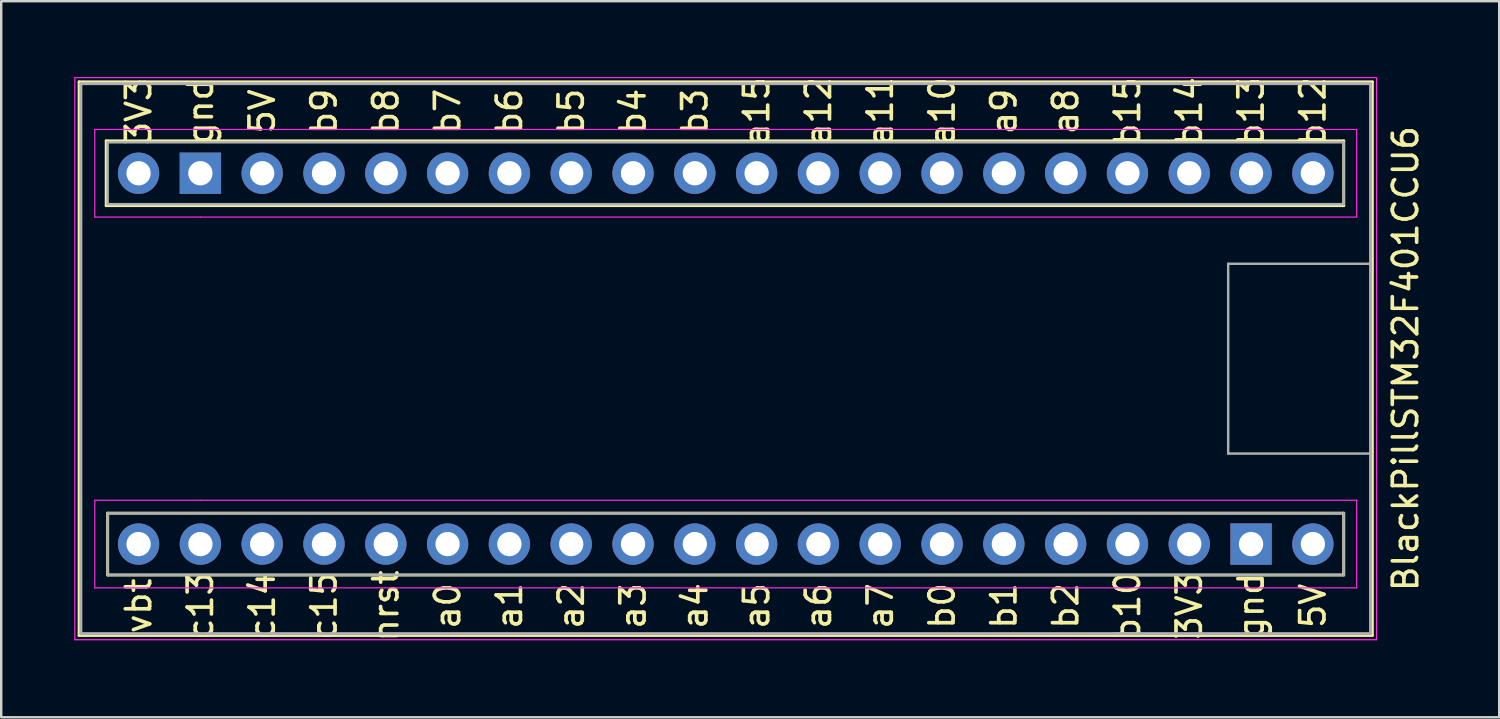
<source format=kicad_pcb>
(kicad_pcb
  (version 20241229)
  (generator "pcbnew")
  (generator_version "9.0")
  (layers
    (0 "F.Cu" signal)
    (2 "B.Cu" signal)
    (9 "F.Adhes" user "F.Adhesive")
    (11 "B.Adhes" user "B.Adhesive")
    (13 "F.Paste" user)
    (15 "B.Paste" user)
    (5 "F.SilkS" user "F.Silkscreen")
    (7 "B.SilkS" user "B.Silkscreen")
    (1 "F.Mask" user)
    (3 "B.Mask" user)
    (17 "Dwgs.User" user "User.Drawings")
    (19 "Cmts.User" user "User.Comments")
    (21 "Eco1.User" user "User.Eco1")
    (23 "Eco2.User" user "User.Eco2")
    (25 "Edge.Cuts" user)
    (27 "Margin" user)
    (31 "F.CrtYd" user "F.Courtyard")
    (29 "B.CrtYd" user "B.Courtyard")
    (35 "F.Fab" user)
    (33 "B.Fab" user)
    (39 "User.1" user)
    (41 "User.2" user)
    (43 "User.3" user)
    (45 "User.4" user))
  (footprint "BlackPillSTM32F401CCU6"
    (layer "F.Cu")
    (at 26.775 11.69)
    (property "Reference" "BlackPillSTM32F401CCU6" (at 27.94 0 270) (layer "F.SilkS") (effects (font (size 1 1) (thickness 0.15))))
    (attr through_hole)
    (fp_line (start -26.575 -11.375) (end 26.575 -11.375) (stroke (width 0.12) (type solid)) (layer "F.SilkS"))
    (fp_line (start -26.575 11.375) (end -26.575 -11.375) (stroke (width 0.12) (type solid)) (layer "F.SilkS"))
    (fp_line (start -25.46 -8.95) (end 25.4 -8.95) (stroke (width 0.12) (type solid)) (layer "F.SilkS"))
    (fp_line (start -25.46 -6.29) (end -25.46 -8.95) (stroke (width 0.12) (type solid)) (layer "F.SilkS"))
    (fp_line (start -25.4 6.35) (end 25.4 6.35) (stroke (width 0.12) (type solid)) (layer "F.SilkS"))
    (fp_line (start -25.4 8.89) (end -25.4 6.35) (stroke (width 0.12) (type solid)) (layer "F.SilkS"))
    (fp_line (start 25.4 -8.95) (end 25.4 -6.29) (stroke (width 0.12) (type solid)) (layer "F.SilkS"))
    (fp_line (start 25.4 -6.29) (end -25.46 -6.29) (stroke (width 0.12) (type solid)) (layer "F.SilkS"))
    (fp_line (start 25.4 6.35) (end 25.4 8.89) (stroke (width 0.12) (type solid)) (layer "F.SilkS"))
    (fp_line (start 25.4 8.89) (end -25.4 8.89) (stroke (width 0.12) (type solid)) (layer "F.SilkS"))
    (fp_line (start 26.575 -11.375) (end 26.575 11.375) (stroke (width 0.12) (type solid)) (layer "F.SilkS"))
    (fp_line (start 26.575 11.375) (end -26.575 11.375) (stroke (width 0.12) (type solid)) (layer "F.SilkS"))
    (fp_line (start -26.75 -11.55) (end 26.75 -11.55) (stroke (width 0.05) (type solid)) (layer "F.CrtYd"))
    (fp_line (start -26.75 11.55) (end -26.75 -11.55) (stroke (width 0.05) (type solid)) (layer "F.CrtYd"))
    (fp_line (start -25.93 -9.42) (end -25.93 -5.82) (stroke (width 0.05) (type solid)) (layer "F.CrtYd"))
    (fp_line (start -25.93 9.42) (end -25.93 5.82) (stroke (width 0.05) (type solid)) (layer "F.CrtYd"))
    (fp_line (start -21.59 -5.82) (end -25.93 -5.82) (stroke (width 0.05) (type solid)) (layer "F.CrtYd"))
    (fp_line (start -21.59 5.82) (end -25.93 5.82) (stroke (width 0.05) (type solid)) (layer "F.CrtYd"))
    (fp_line (start 25.93 -9.42) (end -25.93 -9.42) (stroke (width 0.05) (type solid)) (layer "F.CrtYd"))
    (fp_line (start 25.93 -5.82) (end -21.59 -5.82) (stroke (width 0.05) (type solid)) (layer "F.CrtYd"))
    (fp_line (start 25.93 -5.82) (end 25.93 -9.42) (stroke (width 0.05) (type solid)) (layer "F.CrtYd"))
    (fp_line (start 25.93 5.82) (end -21.59 5.82) (stroke (width 0.05) (type solid)) (layer "F.CrtYd"))
    (fp_line (start 25.93 5.82) (end 25.93 9.42) (stroke (width 0.05) (type solid)) (layer "F.CrtYd"))
    (fp_line (start 25.93 9.42) (end -25.93 9.42) (stroke (width 0.05) (type solid)) (layer "F.CrtYd"))
    (fp_line (start 26.75 -11.55) (end 26.75 11.55) (stroke (width 0.05) (type solid)) (layer "F.CrtYd"))
    (fp_line (start 26.75 11.55) (end -26.75 11.55) (stroke (width 0.05) (type solid)) (layer "F.CrtYd"))
    (fp_line (start -26.5 -11.3) (end -26.5 11.3) (stroke (width 0.12) (type solid)) (layer "F.Fab"))
    (fp_line (start -26.5 -11.3) (end 26.45 -11.3) (stroke (width 0.12) (type solid)) (layer "F.Fab"))
    (fp_line (start -25.4 -8.89) (end 25.4 -8.89) (stroke (width 0.1) (type solid)) (layer "F.Fab"))
    (fp_line (start -25.4 -6.35) (end -25.4 -8.89) (stroke (width 0.1) (type solid)) (layer "F.Fab"))
    (fp_line (start -25.4 6.35) (end 25.4 6.35) (stroke (width 0.1) (type solid)) (layer "F.Fab"))
    (fp_line (start -25.4 8.89) (end -25.4 6.35) (stroke (width 0.1) (type solid)) (layer "F.Fab"))
    (fp_line (start 20.65 -3.9) (end 20.65 3.9) (stroke (width 0.1) (type solid)) (layer "F.Fab"))
    (fp_line (start 20.65 -3.9) (end 26.45 -3.9) (stroke (width 0.1) (type solid)) (layer "F.Fab"))
    (fp_line (start 20.65 3.9) (end 26.45 3.9) (stroke (width 0.1) (type solid)) (layer "F.Fab"))
    (fp_line (start 25.4 -8.89) (end 25.4 -6.35) (stroke (width 0.1) (type solid)) (layer "F.Fab"))
    (fp_line (start 25.4 -6.35) (end -25.4 -6.35) (stroke (width 0.1) (type solid)) (layer "F.Fab"))
    (fp_line (start 25.4 6.35) (end 25.4 8.89) (stroke (width 0.1) (type solid)) (layer "F.Fab"))
    (fp_line (start 25.4 8.89) (end -25.4 8.89) (stroke (width 0.1) (type solid)) (layer "F.Fab"))
    (fp_line (start 26.5 -11.3) (end 26.5 11.3) (stroke (width 0.12) (type solid)) (layer "F.Fab"))
    (fp_line (start 26.5 11.3) (end -26.5 11.3) (stroke (width 0.12) (type solid)) (layer "F.Fab"))
    (fp_text user "3V3" (at 19.05 10.16 270) (layer "F.SilkS") (effects (font (size 1 1) (thickness 0.15))))
    (fp_text user "3V3" (at -24.13 -10.16 90) (layer "F.SilkS") (effects (font (size 1 1) (thickness 0.15))))
    (fp_text user "b4" (at -3.81 -10.16 90) (layer "F.SilkS") (effects (font (size 1 1) (thickness 0.15))))
    (fp_text user "c14" (at -19.05 10.16 270) (layer "F.SilkS") (effects (font (size 1 1) (thickness 0.15))))
    (fp_text user "a4" (at -1.27 10.16 270) (layer "F.SilkS") (effects (font (size 1 1) (thickness 0.15))))
    (fp_text user "a0" (at -11.43 10.16 270) (layer "F.SilkS") (effects (font (size 1 1) (thickness 0.15))))
    (fp_text user "b2" (at 13.97 10.16 270) (layer "F.SilkS") (effects (font (size 1 1) (thickness 0.15))))
    (fp_text user "b13" (at 21.59 -10.16 90) (layer "F.SilkS") (effects (font (size 1 1) (thickness 0.15))))
    (fp_text user "a5" (at 1.27 10.16 270) (layer "F.SilkS") (effects (font (size 1 1) (thickness 0.15))))
    (fp_text user "gnd" (at 21.59 10.16 270) (layer "F.SilkS") (effects (font (size 1 1) (thickness 0.15))))
    (fp_text user "a2" (at -6.35 10.16 270) (layer "F.SilkS") (effects (font (size 1 1) (thickness 0.15))))
    (fp_text user "c13" (at -21.59 10.16 270) (layer "F.SilkS") (effects (font (size 1 1) (thickness 0.15))))
    (fp_text user "b15" (at 16.51 -10.16 90) (layer "F.SilkS") (effects (font (size 1 1) (thickness 0.15))))
    (fp_text user "a15" (at 1.27 -10.16 90) (layer "F.SilkS") (effects (font (size 1 1) (thickness 0.15))))
    (fp_text user "a7" (at 6.35 10.16 270) (layer "F.SilkS") (effects (font (size 1 1) (thickness 0.15))))
    (fp_text user "gnd" (at -21.59 -10.16 90) (layer "F.SilkS") (effects (font (size 1 1) (thickness 0.15))))
    (fp_text user "a9" (at 11.43 -10.16 90) (layer "F.SilkS") (effects (font (size 1 1) (thickness 0.15))))
    (fp_text user "b6" (at -8.89 -10.16 90) (layer "F.SilkS") (effects (font (size 1 1) (thickness 0.15))))
    (fp_text user "5V" (at 24.13 10.16 270) (layer "F.SilkS") (effects (font (size 1 1) (thickness 0.15))))
    (fp_text user "a10" (at 8.89 -10.16 90) (layer "F.SilkS") (effects (font (size 1 1) (thickness 0.15))))
    (fp_text user "b12" (at 24.13 -10.16 90) (layer "F.SilkS") (effects (font (size 1 1) (thickness 0.15))))
    (fp_text user "b5" (at -6.35 -10.16 90) (layer "F.SilkS") (effects (font (size 1 1) (thickness 0.15))))
    (fp_text user "b14" (at 19.05 -10.16 90) (layer "F.SilkS") (effects (font (size 1 1) (thickness 0.15))))
    (fp_text user "b3" (at -1.27 -10.16 90) (layer "F.SilkS") (effects (font (size 1 1) (thickness 0.15))))
    (fp_text user "a3" (at -3.81 10.16 270) (layer "F.SilkS") (effects (font (size 1 1) (thickness 0.15))))
    (fp_text user "nrst" (at -13.97 10.16 270) (layer "F.SilkS") (effects (font (size 1 1) (thickness 0.15))))
    (fp_text user "c15" (at -16.51 10.16 270) (layer "F.SilkS") (effects (font (size 1 1) (thickness 0.15))))
    (fp_text user "b7" (at -11.43 -10.16 90) (layer "F.SilkS") (effects (font (size 1 1) (thickness 0.15))))
    (fp_text user "a6" (at 3.81 10.16 270) (layer "F.SilkS") (effects (font (size 1 1) (thickness 0.15))))
    (fp_text user "b10" (at 16.51 10.16 270) (layer "F.SilkS") (effects (font (size 1 1) (thickness 0.15))))
    (fp_text user "b9" (at -16.51 -10.16 90) (layer "F.SilkS") (effects (font (size 1 1) (thickness 0.15))))
    (fp_text user "b8" (at -13.97 -10.16 90) (layer "F.SilkS") (effects (font (size 1 1) (thickness 0.15))))
    (fp_text user "a1" (at -8.89 10.16 270) (layer "F.SilkS") (effects (font (size 1 1) (thickness 0.15))))
    (fp_text user "b1" (at 11.43 10.16 270) (layer "F.SilkS") (effects (font (size 1 1) (thickness 0.15))))
    (fp_text user "vbt" (at -24.13 10.16 270) (layer "F.SilkS") (effects (font (size 1 1) (thickness 0.15))))
    (fp_text user "a11" (at 6.35 -10.16 90) (layer "F.SilkS") (effects (font (size 1 1) (thickness 0.15))))
    (fp_text user "b0" (at 8.89 10.16 270) (layer "F.SilkS") (effects (font (size 1 1) (thickness 0.15))))
    (fp_text user "a12" (at 3.81 -10.16 90) (layer "F.SilkS") (effects (font (size 1 1) (thickness 0.15))))
    (fp_text user "5V" (at -19.05 -10.16 90) (layer "F.SilkS") (effects (font (size 1 1) (thickness 0.15))))
    (fp_text user "a8" (at 13.97 -10.16 90) (layer "F.SilkS") (effects (font (size 1 1) (thickness 0.15))))
    (pad "1" thru_hole circle (at 24.13 -7.62 270) (size 1.7 1.7) (drill 1) (layers "*.Cu" "*.Mask"))
    (pad "2" thru_hole circle (at 21.59 -7.62 270) (size 1.7 1.7) (drill 1) (layers "*.Cu" "*.Mask"))
    (pad "3" thru_hole circle (at 19.05 -7.62 270) (size 1.7 1.7) (drill 1) (layers "*.Cu" "*.Mask"))
    (pad "4" thru_hole circle (at 16.51 -7.62 270) (size 1.7 1.7) (drill 1) (layers "*.Cu" "*.Mask"))
    (pad "5" thru_hole circle (at 13.97 -7.62 270) (size 1.7 1.7) (drill 1) (layers "*.Cu" "*.Mask"))
    (pad "6" thru_hole circle (at 11.43 -7.62 270) (size 1.7 1.7) (drill 1) (layers "*.Cu" "*.Mask"))
    (pad "7" thru_hole circle (at 8.89 -7.62 270) (size 1.7 1.7) (drill 1) (layers "*.Cu" "*.Mask"))
    (pad "8" thru_hole circle (at 6.35 -7.62 270) (size 1.7 1.7) (drill 1) (layers "*.Cu" "*.Mask"))
    (pad "9" thru_hole circle (at 3.81 -7.62 270) (size 1.7 1.7) (drill 1) (layers "*.Cu" "*.Mask"))
    (pad "10" thru_hole circle (at 1.27 -7.62) (size 1.7 1.7) (drill 1) (layers "*.Cu" "*.Mask"))
    (pad "11" thru_hole circle (at -1.27 -7.62 270) (size 1.7 1.7) (drill 1) (layers "*.Cu" "*.Mask"))
    (pad "12" thru_hole circle (at -3.81 -7.62 270) (size 1.7 1.7) (drill 1) (layers "*.Cu" "*.Mask"))
    (pad "13" thru_hole circle (at -6.35 -7.62 270) (size 1.7 1.7) (drill 1) (layers "*.Cu" "*.Mask"))
    (pad "14" thru_hole circle (at -8.89 -7.62 270) (size 1.7 1.7) (drill 1) (layers "*.Cu" "*.Mask"))
    (pad "15" thru_hole circle (at -11.43 -7.62 270) (size 1.7 1.7) (drill 1) (layers "*.Cu" "*.Mask"))
    (pad "16" thru_hole circle (at -13.97 -7.62 270) (size 1.7 1.7) (drill 1) (layers "*.Cu" "*.Mask"))
    (pad "17" thru_hole circle (at -16.51 -7.62 270) (size 1.7 1.7) (drill 1) (layers "*.Cu" "*.Mask"))
    (pad "18" thru_hole circle (at -19.05 -7.62 270) (size 1.7 1.7) (drill 1) (layers "*.Cu" "*.Mask"))
    (pad "19" thru_hole rect (at -21.59 -7.62 270) (size 1.7 1.7) (drill 1) (layers "*.Cu" "*.Mask"))
    (pad "20" thru_hole circle (at -24.13 -7.62 270) (size 1.7 1.7) (drill 1) (layers "*.Cu" "*.Mask"))
    (pad "21" thru_hole circle (at -24.13 7.62 270) (size 1.7 1.7) (drill 1) (layers "*.Cu" "*.Mask"))
    (pad "22" thru_hole circle (at -21.59 7.62 270) (size 1.7 1.7) (drill 1) (layers "*.Cu" "*.Mask"))
    (pad "23" thru_hole circle (at -19.05 7.62 270) (size 1.7 1.7) (drill 1) (layers "*.Cu" "*.Mask"))
    (pad "24" thru_hole circle (at -16.51 7.62 270) (size 1.7 1.7) (drill 1) (layers "*.Cu" "*.Mask"))
    (pad "25" thru_hole circle (at -13.97 7.62 270) (size 1.7 1.7) (drill 1) (layers "*.Cu" "*.Mask"))
    (pad "26" thru_hole circle (at -11.43 7.62 270) (size 1.7 1.7) (drill 1) (layers "*.Cu" "*.Mask"))
    (pad "27" thru_hole circle (at -8.89 7.62 270) (size 1.7 1.7) (drill 1) (layers "*.Cu" "*.Mask"))
    (pad "28" thru_hole circle (at -6.35 7.62 270) (size 1.7 1.7) (drill 1) (layers "*.Cu" "*.Mask"))
    (pad "29" thru_hole circle (at -3.81 7.62 270) (size 1.7 1.7) (drill 1) (layers "*.Cu" "*.Mask"))
    (pad "30" thru_hole circle (at -1.27 7.62 270) (size 1.7 1.7) (drill 1) (layers "*.Cu" "*.Mask"))
    (pad "31" thru_hole circle (at 1.27 7.62 270) (size 1.7 1.7) (drill 1) (layers "*.Cu" "*.Mask"))
    (pad "32" thru_hole circle (at 3.81 7.62 270) (size 1.7 1.7) (drill 1) (layers "*.Cu" "*.Mask"))
    (pad "33" thru_hole circle (at 6.35 7.62 270) (size 1.7 1.7) (drill 1) (layers "*.Cu" "*.Mask"))
    (pad "34" thru_hole circle (at 8.89 7.62 270) (size 1.7 1.7) (drill 1) (layers "*.Cu" "*.Mask"))
    (pad "35" thru_hole circle (at 11.43 7.62 270) (size 1.7 1.7) (drill 1) (layers "*.Cu" "*.Mask"))
    (pad "36" thru_hole circle (at 13.97 7.62 270) (size 1.7 1.7) (drill 1) (layers "*.Cu" "*.Mask"))
    (pad "37" thru_hole circle (at 16.51 7.62 270) (size 1.7 1.7) (drill 1) (layers "*.Cu" "*.Mask"))
    (pad "38" thru_hole circle (at 19.05 7.62 270) (size 1.7 1.7) (drill 1) (layers "*.Cu" "*.Mask"))
    (pad "39" thru_hole rect (at 21.59 7.62 270) (size 1.7 1.7) (drill 1) (layers "*.Cu" "*.Mask"))
    (pad "40" thru_hole circle (at 24.13 7.62 270) (size 1.7 1.7) (drill 1) (layers "*.Cu" "*.Mask")))
  (gr_rect
    (start -3 -3)
    (end 58.563 26.427)
    (stroke (width 0.1) (type default))
    (fill no)
    (layer "Edge.Cuts")))
</source>
